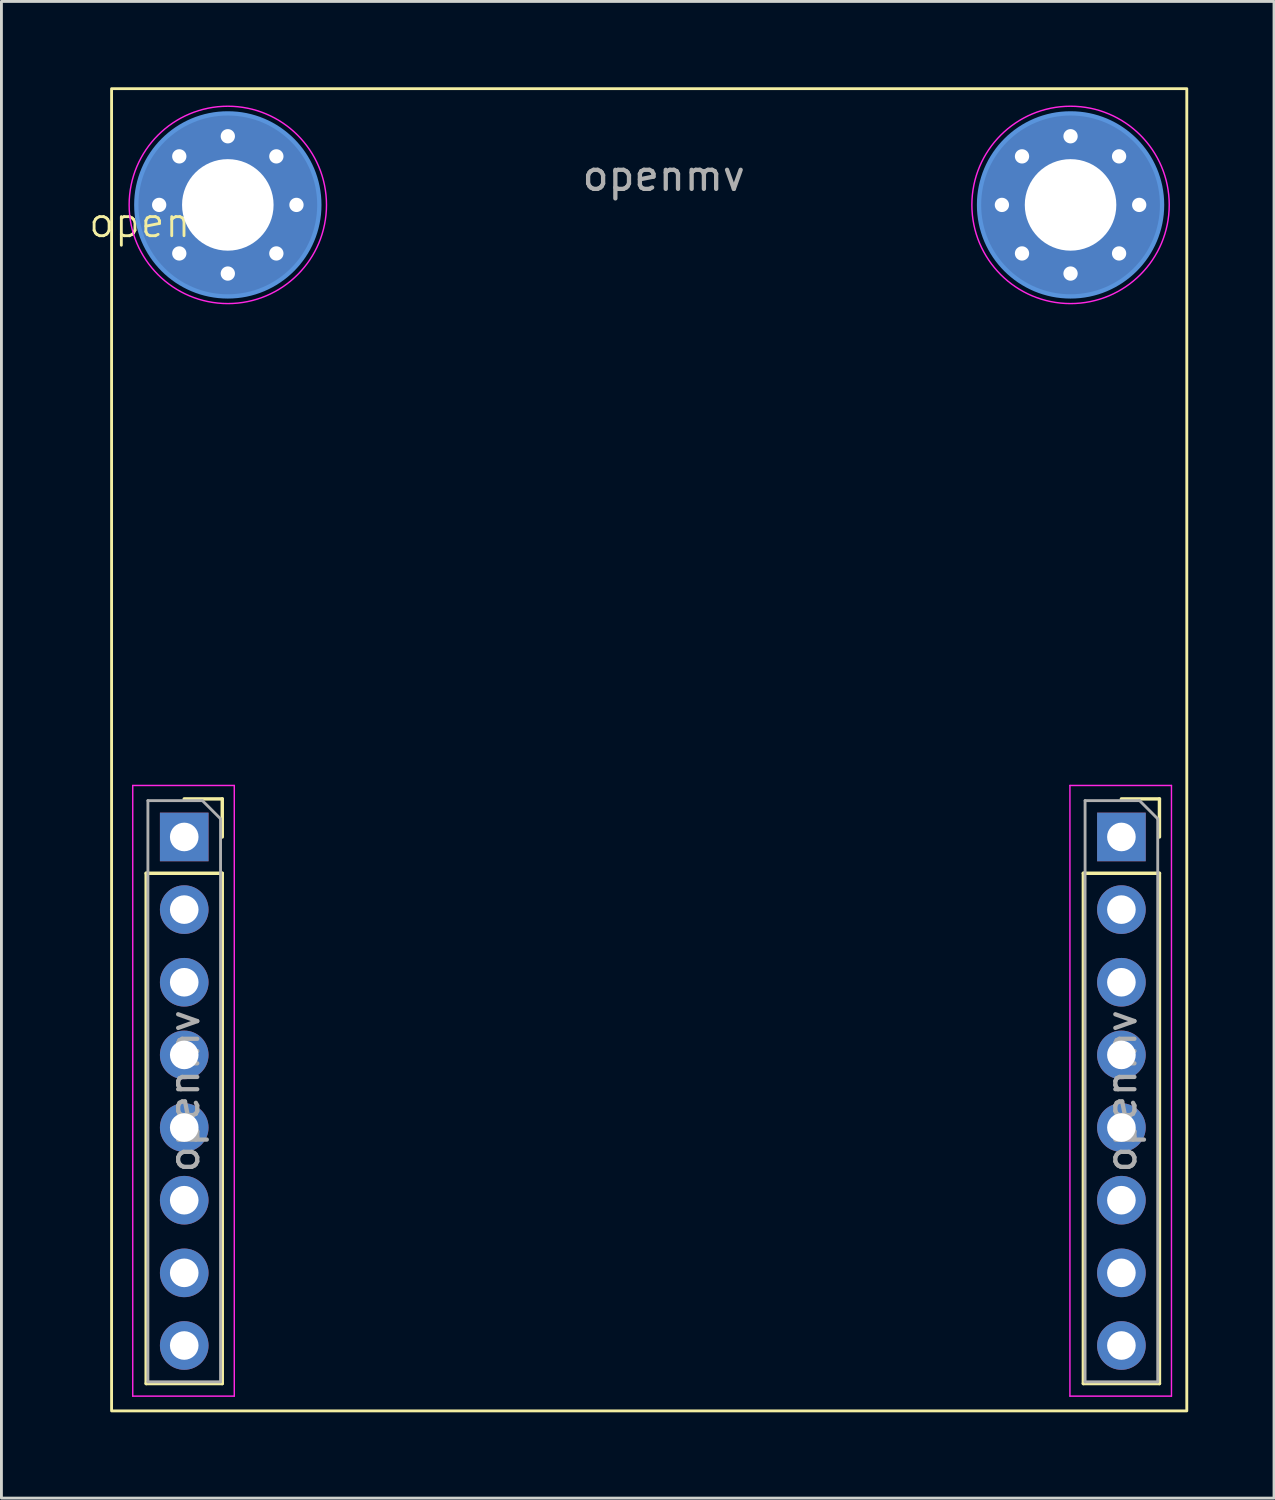
<source format=kicad_pcb>
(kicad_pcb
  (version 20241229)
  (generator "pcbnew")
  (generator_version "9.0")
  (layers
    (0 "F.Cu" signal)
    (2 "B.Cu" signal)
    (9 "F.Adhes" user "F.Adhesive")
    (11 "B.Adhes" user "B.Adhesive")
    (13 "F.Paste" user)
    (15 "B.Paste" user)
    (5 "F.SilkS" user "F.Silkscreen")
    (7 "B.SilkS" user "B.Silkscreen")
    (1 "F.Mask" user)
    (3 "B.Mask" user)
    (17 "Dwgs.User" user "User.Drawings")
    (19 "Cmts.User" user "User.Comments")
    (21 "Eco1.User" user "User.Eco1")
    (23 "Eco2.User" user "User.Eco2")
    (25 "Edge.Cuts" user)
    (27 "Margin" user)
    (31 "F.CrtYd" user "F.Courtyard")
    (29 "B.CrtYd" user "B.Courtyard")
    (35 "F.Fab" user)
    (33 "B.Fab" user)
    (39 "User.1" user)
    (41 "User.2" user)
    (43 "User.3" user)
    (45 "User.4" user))
  (footprint "openmv"
    (layer "F.Cu")
    (at 19.647 9.305)
    (property "Reference" "openmv" (at -16.764 -4.572 0) (unlocked yes) (layer "F.SilkS") (effects (font (size 1 1) (thickness 0.1))))
    (attr smd)
    (fp_line (start -17.586 18.177) (end -17.586 36.017) (stroke (width 0.12) (type solid)) (layer "F.SilkS"))
    (fp_line (start -17.586 18.177) (end -14.926 18.177) (stroke (width 0.12) (type solid)) (layer "F.SilkS"))
    (fp_line (start -17.586 36.017) (end -14.926 36.017) (stroke (width 0.12) (type solid)) (layer "F.SilkS"))
    (fp_line (start -16.256 15.577) (end -14.926 15.577) (stroke (width 0.12) (type solid)) (layer "F.SilkS"))
    (fp_line (start -14.926 15.577) (end -14.926 16.907) (stroke (width 0.12) (type solid)) (layer "F.SilkS"))
    (fp_line (start -14.926 18.177) (end -14.926 36.017) (stroke (width 0.12) (type solid)) (layer "F.SilkS"))
    (fp_line (start 15.18 18.177) (end 15.18 36.017) (stroke (width 0.12) (type solid)) (layer "F.SilkS"))
    (fp_line (start 15.18 18.177) (end 17.84 18.177) (stroke (width 0.12) (type solid)) (layer "F.SilkS"))
    (fp_line (start 15.18 36.017) (end 17.84 36.017) (stroke (width 0.12) (type solid)) (layer "F.SilkS"))
    (fp_line (start 16.51 15.577) (end 17.84 15.577) (stroke (width 0.12) (type solid)) (layer "F.SilkS"))
    (fp_line (start 17.84 15.577) (end 17.84 16.907) (stroke (width 0.12) (type solid)) (layer "F.SilkS"))
    (fp_line (start 17.84 18.177) (end 17.84 36.017) (stroke (width 0.12) (type solid)) (layer "F.SilkS"))
    (fp_rect (start -18.796 36.973) (end 18.796 -9.255) (stroke (width 0.1) (type default)) (fill no) (layer "F.SilkS"))
    (fp_circle (center -14.732 -5.191) (end -11.532 -5.191) (stroke (width 0.15) (type solid)) (fill no) (layer "Cmts.User"))
    (fp_circle (center 14.732 -5.191) (end 17.932 -5.191) (stroke (width 0.15) (type solid)) (fill no) (layer "Cmts.User"))
    (fp_line (start -18.056 15.107) (end -14.506 15.107) (stroke (width 0.05) (type solid)) (layer "F.CrtYd"))
    (fp_line (start -18.056 36.457) (end -18.056 15.107) (stroke (width 0.05) (type solid)) (layer "F.CrtYd"))
    (fp_line (start -14.506 15.107) (end -14.506 36.457) (stroke (width 0.05) (type solid)) (layer "F.CrtYd"))
    (fp_line (start -14.506 36.457) (end -18.056 36.457) (stroke (width 0.05) (type solid)) (layer "F.CrtYd"))
    (fp_line (start 14.71 15.107) (end 18.26 15.107) (stroke (width 0.05) (type solid)) (layer "F.CrtYd"))
    (fp_line (start 14.71 36.457) (end 14.71 15.107) (stroke (width 0.05) (type solid)) (layer "F.CrtYd"))
    (fp_line (start 18.26 15.107) (end 18.26 36.457) (stroke (width 0.05) (type solid)) (layer "F.CrtYd"))
    (fp_line (start 18.26 36.457) (end 14.71 36.457) (stroke (width 0.05) (type solid)) (layer "F.CrtYd"))
    (fp_circle (center -14.732 -5.191) (end -11.282 -5.191) (stroke (width 0.05) (type solid)) (fill no) (layer "F.CrtYd"))
    (fp_circle (center 14.732 -5.191) (end 18.182 -5.191) (stroke (width 0.05) (type solid)) (fill no) (layer "F.CrtYd"))
    (fp_line (start -17.526 15.637) (end -15.621 15.637) (stroke (width 0.1) (type solid)) (layer "F.Fab"))
    (fp_line (start -17.526 35.957) (end -17.526 15.637) (stroke (width 0.1) (type solid)) (layer "F.Fab"))
    (fp_line (start -15.621 15.637) (end -14.986 16.272) (stroke (width 0.1) (type solid)) (layer "F.Fab"))
    (fp_line (start -14.986 16.272) (end -14.986 35.957) (stroke (width 0.1) (type solid)) (layer "F.Fab"))
    (fp_line (start -14.986 35.957) (end -17.526 35.957) (stroke (width 0.1) (type solid)) (layer "F.Fab"))
    (fp_line (start 15.24 15.637) (end 17.145 15.637) (stroke (width 0.1) (type solid)) (layer "F.Fab"))
    (fp_line (start 15.24 35.957) (end 15.24 15.637) (stroke (width 0.1) (type solid)) (layer "F.Fab"))
    (fp_line (start 17.145 15.637) (end 17.78 16.272) (stroke (width 0.1) (type solid)) (layer "F.Fab"))
    (fp_line (start 17.78 16.272) (end 17.78 35.957) (stroke (width 0.1) (type solid)) (layer "F.Fab"))
    (fp_line (start 17.78 35.957) (end 15.24 35.957) (stroke (width 0.1) (type solid)) (layer "F.Fab"))
    (fp_line (start -0.002 -3) (end -0.002 3) (stroke (width 0.1) (type default)) (layer "User.1"))
    (fp_line (start 0 -5.699) (end -0.002 0) (stroke (width 0.1) (type default)) (layer "User.1"))
    (fp_line (start 2.998 0) (end -3.002 0) (stroke (width 0.1) (type default)) (layer "User.1"))
    (fp_circle (center -15.242 0.009) (end -14.242 0.009) (stroke (width 0.2) (type default)) (fill no) (layer "User.1"))
    (fp_circle (center -0.002 0) (end 2.998 0) (stroke (width 0.1) (type default)) (fill no) (layer "User.1"))
    (fp_circle (center 15.238 -0.009) (end 16.238 -0.009) (stroke (width 0.2) (type default)) (fill no) (layer "User.1"))
    (fp_text user "${REFERENCE}" (at 0.508 -6.207 0) (unlocked yes) (layer "F.Fab") (effects (font (size 1 1) (thickness 0.15))))
    (fp_text user "${REFERENCE}" (at -16.256 25.797 90) (layer "F.Fab") (effects (font (size 1 1) (thickness 0.15))))
    (fp_text user "${REFERENCE}" (at 16.51 25.797 90) (layer "F.Fab") (effects (font (size 1 1) (thickness 0.15))))
    (pad "0" thru_hole circle (at -17.132 -5.191) (size 0.8 0.8) (drill 0.5) (layers "*.Cu" "*.Mask"))
    (pad "0" thru_hole circle (at -16.429 -6.888) (size 0.8 0.8) (drill 0.5) (layers "*.Cu" "*.Mask"))
    (pad "0" thru_hole circle (at -16.429 -3.494) (size 0.8 0.8) (drill 0.5) (layers "*.Cu" "*.Mask"))
    (pad "0" thru_hole circle (at -14.732 -7.591) (size 0.8 0.8) (drill 0.5) (layers "*.Cu" "*.Mask"))
    (pad "0" thru_hole circle (at -14.732 -5.191) (size 6.4 6.4) (drill 3.2) (layers "*.Cu" "*.Mask"))
    (pad "0" thru_hole circle (at -14.732 -2.791) (size 0.8 0.8) (drill 0.5) (layers "*.Cu" "*.Mask"))
    (pad "0" thru_hole circle (at -13.035 -6.888) (size 0.8 0.8) (drill 0.5) (layers "*.Cu" "*.Mask"))
    (pad "0" thru_hole circle (at -13.035 -3.494) (size 0.8 0.8) (drill 0.5) (layers "*.Cu" "*.Mask"))
    (pad "0" thru_hole circle (at -12.332 -5.191) (size 0.8 0.8) (drill 0.5) (layers "*.Cu" "*.Mask"))
    (pad "0" thru_hole circle (at 12.332 -5.191) (size 0.8 0.8) (drill 0.5) (layers "*.Cu" "*.Mask"))
    (pad "0" thru_hole circle (at 13.035 -6.888) (size 0.8 0.8) (drill 0.5) (layers "*.Cu" "*.Mask"))
    (pad "0" thru_hole circle (at 13.035 -3.494) (size 0.8 0.8) (drill 0.5) (layers "*.Cu" "*.Mask"))
    (pad "0" thru_hole circle (at 14.732 -7.591) (size 0.8 0.8) (drill 0.5) (layers "*.Cu" "*.Mask"))
    (pad "0" thru_hole circle (at 14.732 -5.191) (size 6.4 6.4) (drill 3.2) (layers "*.Cu" "*.Mask"))
    (pad "0" thru_hole circle (at 14.732 -2.791) (size 0.8 0.8) (drill 0.5) (layers "*.Cu" "*.Mask"))
    (pad "0" thru_hole circle (at 16.429 -6.888) (size 0.8 0.8) (drill 0.5) (layers "*.Cu" "*.Mask"))
    (pad "0" thru_hole circle (at 16.429 -3.494) (size 0.8 0.8) (drill 0.5) (layers "*.Cu" "*.Mask"))
    (pad "0" thru_hole circle (at 17.132 -5.191) (size 0.8 0.8) (drill 0.5) (layers "*.Cu" "*.Mask"))
    (pad "1" thru_hole rect (at -16.256 16.907) (size 1.7 1.7) (drill 1) (layers "*.Cu" "*.Mask"))
    (pad "2" thru_hole oval (at -16.256 19.447) (size 1.7 1.7) (drill 1) (layers "*.Cu" "*.Mask"))
    (pad "3" thru_hole oval (at -16.256 21.987) (size 1.7 1.7) (drill 1) (layers "*.Cu" "*.Mask"))
    (pad "4" thru_hole oval (at -16.256 24.527) (size 1.7 1.7) (drill 1) (layers "*.Cu" "*.Mask"))
    (pad "5" thru_hole oval (at -16.256 27.067) (size 1.7 1.7) (drill 1) (layers "*.Cu" "*.Mask"))
    (pad "6" thru_hole oval (at -16.256 29.607) (size 1.7 1.7) (drill 1) (layers "*.Cu" "*.Mask"))
    (pad "7" thru_hole oval (at -16.256 32.147) (size 1.7 1.7) (drill 1) (layers "*.Cu" "*.Mask"))
    (pad "8" thru_hole oval (at -16.256 34.687) (size 1.7 1.7) (drill 1) (layers "*.Cu" "*.Mask"))
    (pad "9" thru_hole oval (at 16.51 34.687) (size 1.7 1.7) (drill 1) (layers "*.Cu" "*.Mask"))
    (pad "10" thru_hole oval (at 16.51 32.147) (size 1.7 1.7) (drill 1) (layers "*.Cu" "*.Mask"))
    (pad "11" thru_hole oval (at 16.51 29.607) (size 1.7 1.7) (drill 1) (layers "*.Cu" "*.Mask"))
    (pad "12" thru_hole oval (at 16.51 27.067) (size 1.7 1.7) (drill 1) (layers "*.Cu" "*.Mask"))
    (pad "13" thru_hole oval (at 16.51 24.527) (size 1.7 1.7) (drill 1) (layers "*.Cu" "*.Mask"))
    (pad "14" thru_hole oval (at 16.51 21.987) (size 1.7 1.7) (drill 1) (layers "*.Cu" "*.Mask"))
    (pad "15" thru_hole oval (at 16.51 19.447) (size 1.7 1.7) (drill 1) (layers "*.Cu" "*.Mask"))
    (pad "16" thru_hole rect (at 16.51 16.907) (size 1.7 1.7) (drill 1) (layers "*.Cu" "*.Mask")))
  (gr_rect
    (start -3 -3)
    (end 41.493 49.328)
    (stroke (width 0.1) (type default))
    (fill no)
    (layer "Edge.Cuts")))
</source>
